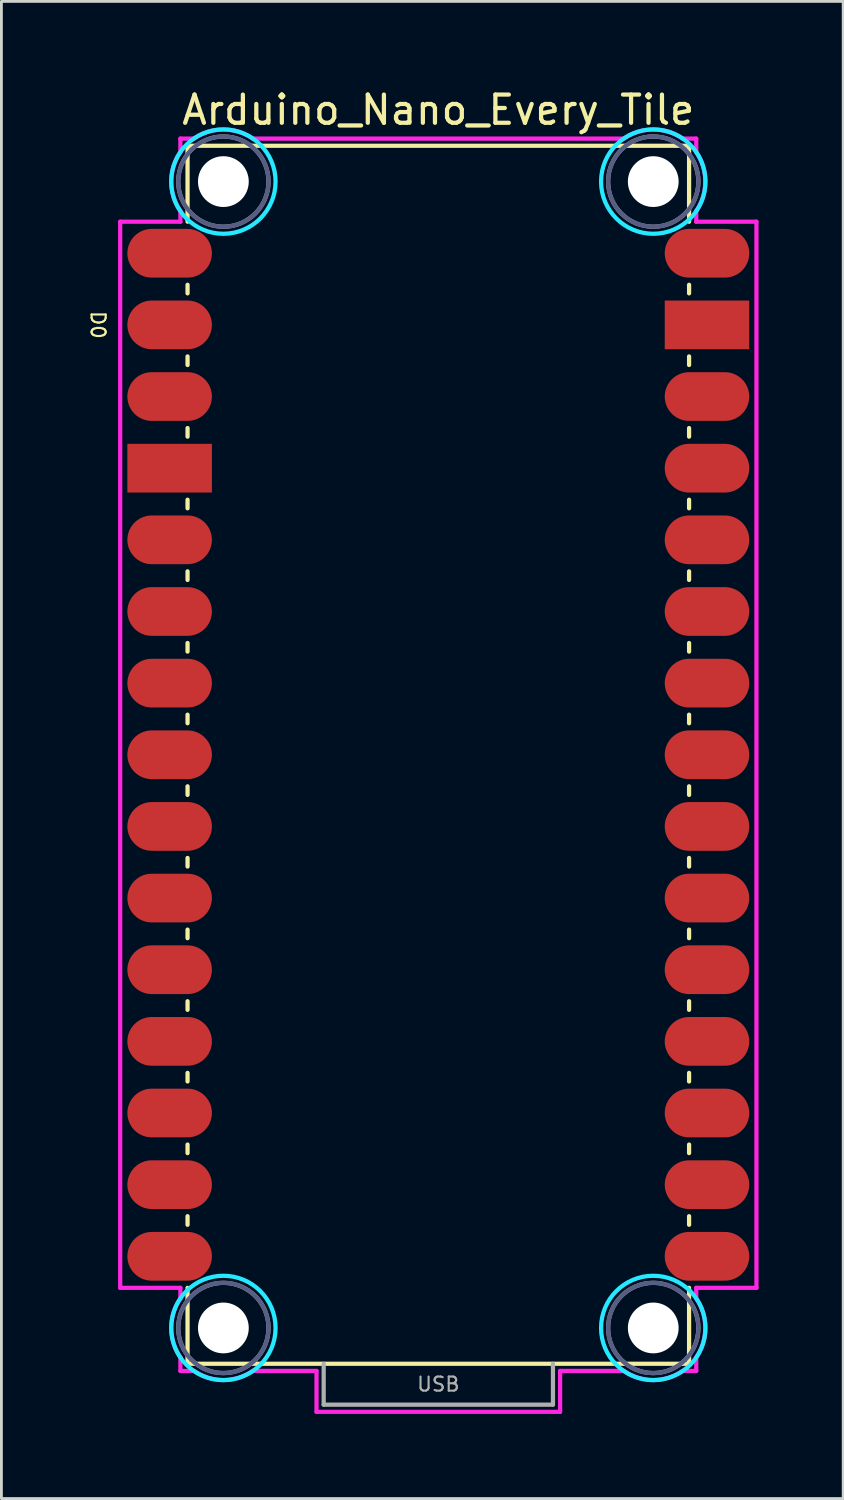
<source format=kicad_pcb>
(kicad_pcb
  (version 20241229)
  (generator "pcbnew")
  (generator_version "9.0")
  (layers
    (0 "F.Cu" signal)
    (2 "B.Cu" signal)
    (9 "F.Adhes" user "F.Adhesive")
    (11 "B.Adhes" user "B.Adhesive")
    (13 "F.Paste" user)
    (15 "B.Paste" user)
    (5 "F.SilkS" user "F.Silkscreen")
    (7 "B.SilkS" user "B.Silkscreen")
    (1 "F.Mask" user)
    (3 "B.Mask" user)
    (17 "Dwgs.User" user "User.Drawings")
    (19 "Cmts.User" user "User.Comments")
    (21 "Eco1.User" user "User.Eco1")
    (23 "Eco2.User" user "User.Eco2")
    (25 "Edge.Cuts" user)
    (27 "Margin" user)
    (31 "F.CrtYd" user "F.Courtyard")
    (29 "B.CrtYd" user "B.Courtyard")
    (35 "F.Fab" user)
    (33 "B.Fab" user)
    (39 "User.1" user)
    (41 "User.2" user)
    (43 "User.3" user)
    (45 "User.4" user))
  (footprint "Arduino_Nano_Every_Tile"
    (layer "F.Cu")
    (at 12.489 45.298)
    (property "Reference" "Arduino_Nano_Every_Tile" (at 0 -44.45 0) (layer "F.SilkS") (effects (font (size 1 1) (thickness 0.15))))
    (attr smd)
    (fp_line (start -8.89 -43.18) (end -8.89 -40.488) (stroke (width 0.15) (type solid)) (layer "F.SilkS"))
    (fp_line (start -8.89 -43.18) (end 8.89 -43.18) (stroke (width 0.15) (type solid)) (layer "F.SilkS"))
    (fp_line (start -8.89 -38.252) (end -8.89 -37.948) (stroke (width 0.15) (type solid)) (layer "F.SilkS"))
    (fp_line (start -8.89 -35.712) (end -8.89 -35.408) (stroke (width 0.15) (type solid)) (layer "F.SilkS"))
    (fp_line (start -8.89 -33.172) (end -8.89 -32.868) (stroke (width 0.15) (type solid)) (layer "F.SilkS"))
    (fp_line (start -8.89 -30.632) (end -8.89 -30.328) (stroke (width 0.15) (type solid)) (layer "F.SilkS"))
    (fp_line (start -8.89 -28.092) (end -8.89 -27.788) (stroke (width 0.15) (type solid)) (layer "F.SilkS"))
    (fp_line (start -8.89 -25.552) (end -8.89 -25.248) (stroke (width 0.15) (type solid)) (layer "F.SilkS"))
    (fp_line (start -8.89 -23.012) (end -8.89 -22.708) (stroke (width 0.15) (type solid)) (layer "F.SilkS"))
    (fp_line (start -8.89 -20.472) (end -8.89 -20.168) (stroke (width 0.15) (type solid)) (layer "F.SilkS"))
    (fp_line (start -8.89 -17.932) (end -8.89 -17.628) (stroke (width 0.15) (type solid)) (layer "F.SilkS"))
    (fp_line (start -8.89 -15.392) (end -8.89 -15.088) (stroke (width 0.15) (type solid)) (layer "F.SilkS"))
    (fp_line (start -8.89 -12.852) (end -8.89 -12.548) (stroke (width 0.15) (type solid)) (layer "F.SilkS"))
    (fp_line (start -8.89 -10.312) (end -8.89 -10.008) (stroke (width 0.15) (type solid)) (layer "F.SilkS"))
    (fp_line (start -8.89 -7.772) (end -8.89 -7.468) (stroke (width 0.15) (type solid)) (layer "F.SilkS"))
    (fp_line (start -8.89 -5.232) (end -8.89 -4.928) (stroke (width 0.15) (type solid)) (layer "F.SilkS"))
    (fp_line (start -8.89 -2.692) (end -8.89 0) (stroke (width 0.15) (type solid)) (layer "F.SilkS"))
    (fp_line (start -8.89 0) (end 8.89 0) (stroke (width 0.15) (type solid)) (layer "F.SilkS"))
    (fp_line (start 8.89 -43.18) (end 8.89 -40.488) (stroke (width 0.15) (type solid)) (layer "F.SilkS"))
    (fp_line (start 8.89 -38.252) (end 8.89 -37.948) (stroke (width 0.15) (type solid)) (layer "F.SilkS"))
    (fp_line (start 8.89 -35.712) (end 8.89 -35.408) (stroke (width 0.15) (type solid)) (layer "F.SilkS"))
    (fp_line (start 8.89 -33.172) (end 8.89 -32.868) (stroke (width 0.15) (type solid)) (layer "F.SilkS"))
    (fp_line (start 8.89 -30.632) (end 8.89 -30.328) (stroke (width 0.15) (type solid)) (layer "F.SilkS"))
    (fp_line (start 8.89 -28.092) (end 8.89 -27.788) (stroke (width 0.15) (type solid)) (layer "F.SilkS"))
    (fp_line (start 8.89 -25.552) (end 8.89 -25.248) (stroke (width 0.15) (type solid)) (layer "F.SilkS"))
    (fp_line (start 8.89 -23.012) (end 8.89 -22.708) (stroke (width 0.15) (type solid)) (layer "F.SilkS"))
    (fp_line (start 8.89 -20.472) (end 8.89 -20.168) (stroke (width 0.15) (type solid)) (layer "F.SilkS"))
    (fp_line (start 8.89 -17.932) (end 8.89 -17.628) (stroke (width 0.15) (type solid)) (layer "F.SilkS"))
    (fp_line (start 8.89 -15.392) (end 8.89 -15.088) (stroke (width 0.15) (type solid)) (layer "F.SilkS"))
    (fp_line (start 8.89 -12.852) (end 8.89 -12.548) (stroke (width 0.15) (type solid)) (layer "F.SilkS"))
    (fp_line (start 8.89 -10.312) (end 8.89 -10.008) (stroke (width 0.15) (type solid)) (layer "F.SilkS"))
    (fp_line (start 8.89 -7.772) (end 8.89 -7.468) (stroke (width 0.15) (type solid)) (layer "F.SilkS"))
    (fp_line (start 8.89 -5.232) (end 8.89 -4.928) (stroke (width 0.15) (type solid)) (layer "F.SilkS"))
    (fp_line (start 8.89 -2.692) (end 8.89 0) (stroke (width 0.15) (type solid)) (layer "F.SilkS"))
    (fp_circle (center -7.62 -41.91) (end -5.77 -41.91) (stroke (width 0.15) (type solid)) (fill no) (layer "B.CrtYd"))
    (fp_circle (center -7.62 -1.27) (end -5.77 -1.27) (stroke (width 0.15) (type solid)) (fill no) (layer "B.CrtYd"))
    (fp_circle (center 7.62 -41.91) (end 9.47 -41.91) (stroke (width 0.15) (type solid)) (fill no) (layer "B.CrtYd"))
    (fp_circle (center 7.62 -1.27) (end 9.47 -1.27) (stroke (width 0.15) (type solid)) (fill no) (layer "B.CrtYd"))
    (fp_line (start -11.278 -2.692) (end -11.278 -40.488) (stroke (width 0.15) (type solid)) (layer "F.CrtYd"))
    (fp_line (start -9.144 -43.434) (end -8.661 -43.434) (stroke (width 0.15) (type solid)) (layer "F.CrtYd"))
    (fp_line (start -9.144 -42.951) (end -9.144 -43.434) (stroke (width 0.15) (type solid)) (layer "F.CrtYd"))
    (fp_line (start -9.144 -40.869) (end -9.144 -40.488) (stroke (width 0.15) (type solid)) (layer "F.CrtYd"))
    (fp_line (start -9.144 -40.488) (end -11.278 -40.488) (stroke (width 0.15) (type solid)) (layer "F.CrtYd"))
    (fp_line (start -9.144 -2.692) (end -11.278 -2.692) (stroke (width 0.15) (type solid)) (layer "F.CrtYd"))
    (fp_line (start -9.144 -2.311) (end -9.144 -2.692) (stroke (width 0.15) (type solid)) (layer "F.CrtYd"))
    (fp_line (start -9.144 0.254) (end -9.144 -0.229) (stroke (width 0.15) (type solid)) (layer "F.CrtYd"))
    (fp_line (start -8.661 0.254) (end -9.144 0.254) (stroke (width 0.15) (type solid)) (layer "F.CrtYd"))
    (fp_line (start -6.579 -43.434) (end 6.579 -43.434) (stroke (width 0.15) (type solid)) (layer "F.CrtYd"))
    (fp_line (start -4.318 0.254) (end -6.579 0.254) (stroke (width 0.15) (type solid)) (layer "F.CrtYd"))
    (fp_line (start -4.318 1.704) (end -4.318 0.254) (stroke (width 0.15) (type solid)) (layer "F.CrtYd"))
    (fp_line (start 4.318 0.254) (end 4.318 1.704) (stroke (width 0.15) (type solid)) (layer "F.CrtYd"))
    (fp_line (start 4.318 1.704) (end -4.318 1.704) (stroke (width 0.15) (type solid)) (layer "F.CrtYd"))
    (fp_line (start 6.579 0.254) (end 4.318 0.254) (stroke (width 0.15) (type solid)) (layer "F.CrtYd"))
    (fp_line (start 8.661 -43.434) (end 9.144 -43.434) (stroke (width 0.15) (type solid)) (layer "F.CrtYd"))
    (fp_line (start 9.144 -43.434) (end 9.144 -42.951) (stroke (width 0.15) (type solid)) (layer "F.CrtYd"))
    (fp_line (start 9.144 -40.869) (end 9.144 -40.488) (stroke (width 0.15) (type solid)) (layer "F.CrtYd"))
    (fp_line (start 9.144 -2.692) (end 9.144 -2.311) (stroke (width 0.15) (type solid)) (layer "F.CrtYd"))
    (fp_line (start 9.144 -0.229) (end 9.144 0.254) (stroke (width 0.15) (type solid)) (layer "F.CrtYd"))
    (fp_line (start 9.144 0.254) (end 8.661 0.254) (stroke (width 0.15) (type solid)) (layer "F.CrtYd"))
    (fp_line (start 11.278 -40.488) (end 9.144 -40.488) (stroke (width 0.15) (type solid)) (layer "F.CrtYd"))
    (fp_line (start 11.278 -40.488) (end 11.278 -2.692) (stroke (width 0.15) (type solid)) (layer "F.CrtYd"))
    (fp_line (start 11.278 -2.692) (end 9.144 -2.692) (stroke (width 0.15) (type solid)) (layer "F.CrtYd"))
    (fp_arc (start -9.144 -40.8686) (mid -9.467363 -41.91) (end -9.144 -42.9514) (stroke (width 0.15) (type solid)) (layer "F.CrtYd"))
    (fp_arc (start -9.144 -0.2286) (mid -9.467363 -1.27) (end -9.144 -2.3114) (stroke (width 0.15) (type solid)) (layer "F.CrtYd"))
    (fp_arc (start -8.6614 -43.434) (mid -7.62 -43.757363) (end -6.5786 -43.434) (stroke (width 0.15) (type solid)) (layer "F.CrtYd"))
    (fp_arc (start -6.5786 0.254) (mid -7.62 0.577363) (end -8.6614 0.254) (stroke (width 0.15) (type solid)) (layer "F.CrtYd"))
    (fp_arc (start 6.5786 -43.434) (mid 7.62 -43.757363) (end 8.6614 -43.434) (stroke (width 0.15) (type solid)) (layer "F.CrtYd"))
    (fp_arc (start 8.6614 0.254) (mid 7.62 0.577363) (end 6.5786 0.254) (stroke (width 0.15) (type solid)) (layer "F.CrtYd"))
    (fp_arc (start 9.144 -42.9514) (mid 9.467363 -41.91) (end 9.144 -40.8686) (stroke (width 0.15) (type solid)) (layer "F.CrtYd"))
    (fp_arc (start 9.144 -2.3114) (mid 9.467363 -1.27) (end 9.144 -0.2286) (stroke (width 0.15) (type solid)) (layer "F.CrtYd"))
    (fp_circle (center -7.62 -41.91) (end -6.02 -41.91) (stroke (width 0.15) (type solid)) (fill no) (layer "B.Fab"))
    (fp_circle (center -7.62 -1.27) (end -6.02 -1.27) (stroke (width 0.15) (type solid)) (fill no) (layer "B.Fab"))
    (fp_circle (center 7.62 -41.91) (end 9.22 -41.91) (stroke (width 0.15) (type solid)) (fill no) (layer "B.Fab"))
    (fp_circle (center 7.62 -1.27) (end 9.22 -1.27) (stroke (width 0.15) (type solid)) (fill no) (layer "B.Fab"))
    (fp_line (start -4.064 0) (end -4.064 1.45) (stroke (width 0.15) (type solid)) (layer "F.Fab"))
    (fp_line (start -4.064 1.45) (end 4.064 1.45) (stroke (width 0.15) (type solid)) (layer "F.Fab"))
    (fp_line (start 4.064 1.45) (end 4.064 0) (stroke (width 0.15) (type solid)) (layer "F.Fab"))
    (fp_circle (center -7.62 -41.91) (end -6.02 -41.91) (stroke (width 0.15) (type solid)) (fill no) (layer "F.Fab"))
    (fp_circle (center -7.62 -1.27) (end -6.02 -1.27) (stroke (width 0.15) (type solid)) (fill no) (layer "F.Fab"))
    (fp_circle (center 7.62 -41.91) (end 9.22 -41.91) (stroke (width 0.15) (type solid)) (fill no) (layer "F.Fab"))
    (fp_circle (center 7.62 -1.27) (end 9.22 -1.27) (stroke (width 0.15) (type solid)) (fill no) (layer "F.Fab"))
    (fp_text user "D0" (at -12.065 -36.83 270) (unlocked yes) (layer "F.SilkS") (effects (font (size 0.5 0.5) (thickness 0.075))))
    (fp_text user "USB" (at 0 0.725 0) (layer "F.Fab") (effects (font (size 0.5 0.5) (thickness 0.075))))
    (pad "" np_thru_hole circle (at -7.62 -41.91) (size 1.8 1.8) (drill 1.8) (layers "*.Cu" "*.Mask"))
    (pad "" np_thru_hole circle (at -7.62 -1.27) (size 1.8 1.8) (drill 1.8) (layers "*.Cu" "*.Mask"))
    (pad "" np_thru_hole circle (at 7.62 -41.91) (size 1.8 1.8) (drill 1.8) (layers "*.Cu" "*.Mask"))
    (pad "" np_thru_hole circle (at 7.62 -1.27) (size 1.8 1.8) (drill 1.8) (layers "*.Cu" "*.Mask"))
    (pad "3V3" smd oval (at 9.525 -6.35) (size 2.997 1.727) (layers "F.Cu" "F.Mask" "F.Paste"))
    (pad "5V" smd oval (at 9.525 -31.75) (size 2.997 1.727) (layers "F.Cu" "F.Mask" "F.Paste"))
    (pad "A0" smd oval (at 9.525 -11.43) (size 2.997 1.727) (layers "F.Cu" "F.Mask" "F.Paste"))
    (pad "A1" smd oval (at 9.525 -13.97) (size 2.997 1.727) (layers "F.Cu" "F.Mask" "F.Paste"))
    (pad "A2" smd oval (at 9.525 -16.51) (size 2.997 1.727) (layers "F.Cu" "F.Mask" "F.Paste"))
    (pad "A3" smd oval (at 9.525 -19.05) (size 2.997 1.727) (layers "F.Cu" "F.Mask" "F.Paste"))
    (pad "A4" smd oval (at 9.525 -21.59) (size 2.997 1.727) (layers "F.Cu" "F.Mask" "F.Paste"))
    (pad "A5" smd oval (at 9.525 -24.13) (size 2.997 1.727) (layers "F.Cu" "F.Mask" "F.Paste"))
    (pad "A6" smd oval (at 9.525 -26.67) (size 2.997 1.727) (layers "F.Cu" "F.Mask" "F.Paste"))
    (pad "A7" smd oval (at 9.525 -29.21) (size 2.997 1.727) (layers "F.Cu" "F.Mask" "F.Paste"))
    (pad "AREF" smd oval (at 9.525 -8.89) (size 2.997 1.727) (layers "F.Cu" "F.Mask" "F.Paste"))
    (pad "D0" smd oval (at -9.525 -36.83) (size 2.997 1.727) (layers "F.Cu" "F.Mask" "F.Paste"))
    (pad "D1" smd oval (at -9.525 -39.37) (size 2.997 1.727) (layers "F.Cu" "F.Mask" "F.Paste"))
    (pad "D2" smd oval (at -9.525 -29.21) (size 2.997 1.727) (layers "F.Cu" "F.Mask" "F.Paste"))
    (pad "D3" smd oval (at -9.525 -26.67) (size 2.997 1.727) (layers "F.Cu" "F.Mask" "F.Paste"))
    (pad "D4" smd oval (at -9.525 -24.13) (size 2.997 1.727) (layers "F.Cu" "F.Mask" "F.Paste"))
    (pad "D5" smd oval (at -9.525 -21.59) (size 2.997 1.727) (layers "F.Cu" "F.Mask" "F.Paste"))
    (pad "D6" smd oval (at -9.525 -19.05) (size 2.997 1.727) (layers "F.Cu" "F.Mask" "F.Paste"))
    (pad "D7" smd oval (at -9.525 -16.51) (size 2.997 1.727) (layers "F.Cu" "F.Mask" "F.Paste"))
    (pad "D8" smd oval (at -9.525 -13.97) (size 2.997 1.727) (layers "F.Cu" "F.Mask" "F.Paste"))
    (pad "D9" smd oval (at -9.525 -11.43) (size 2.997 1.727) (layers "F.Cu" "F.Mask" "F.Paste"))
    (pad "D10" smd oval (at -9.525 -8.89) (size 2.997 1.727) (layers "F.Cu" "F.Mask" "F.Paste"))
    (pad "D11" smd oval (at -9.525 -6.35) (size 2.997 1.727) (layers "F.Cu" "F.Mask" "F.Paste"))
    (pad "D12" smd oval (at -9.525 -3.81) (size 2.997 1.727) (layers "F.Cu" "F.Mask" "F.Paste"))
    (pad "D13" smd oval (at 9.525 -3.81) (size 2.997 1.727) (layers "F.Cu" "F.Mask" "F.Paste"))
    (pad "GND1" smd rect (at -9.525 -31.75) (size 2.997 1.727) (layers "F.Cu" "F.Mask" "F.Paste"))
    (pad "GND2" smd rect (at 9.525 -36.83) (size 2.997 1.727) (layers "F.Cu" "F.Mask" "F.Paste"))
    (pad "RST1" smd oval (at -9.525 -34.29) (size 2.997 1.727) (layers "F.Cu" "F.Mask" "F.Paste"))
    (pad "RST2" smd oval (at 9.525 -34.29) (size 2.997 1.727) (layers "F.Cu" "F.Mask" "F.Paste"))
    (pad "VIN" smd oval (at 9.525 -39.37) (size 2.997 1.727) (layers "F.Cu" "F.Mask" "F.Paste")))
  (gr_rect
    (start -3 -3)
    (end 26.842 50.077)
    (stroke (width 0.1) (type default))
    (fill no)
    (layer "Edge.Cuts")))
</source>
